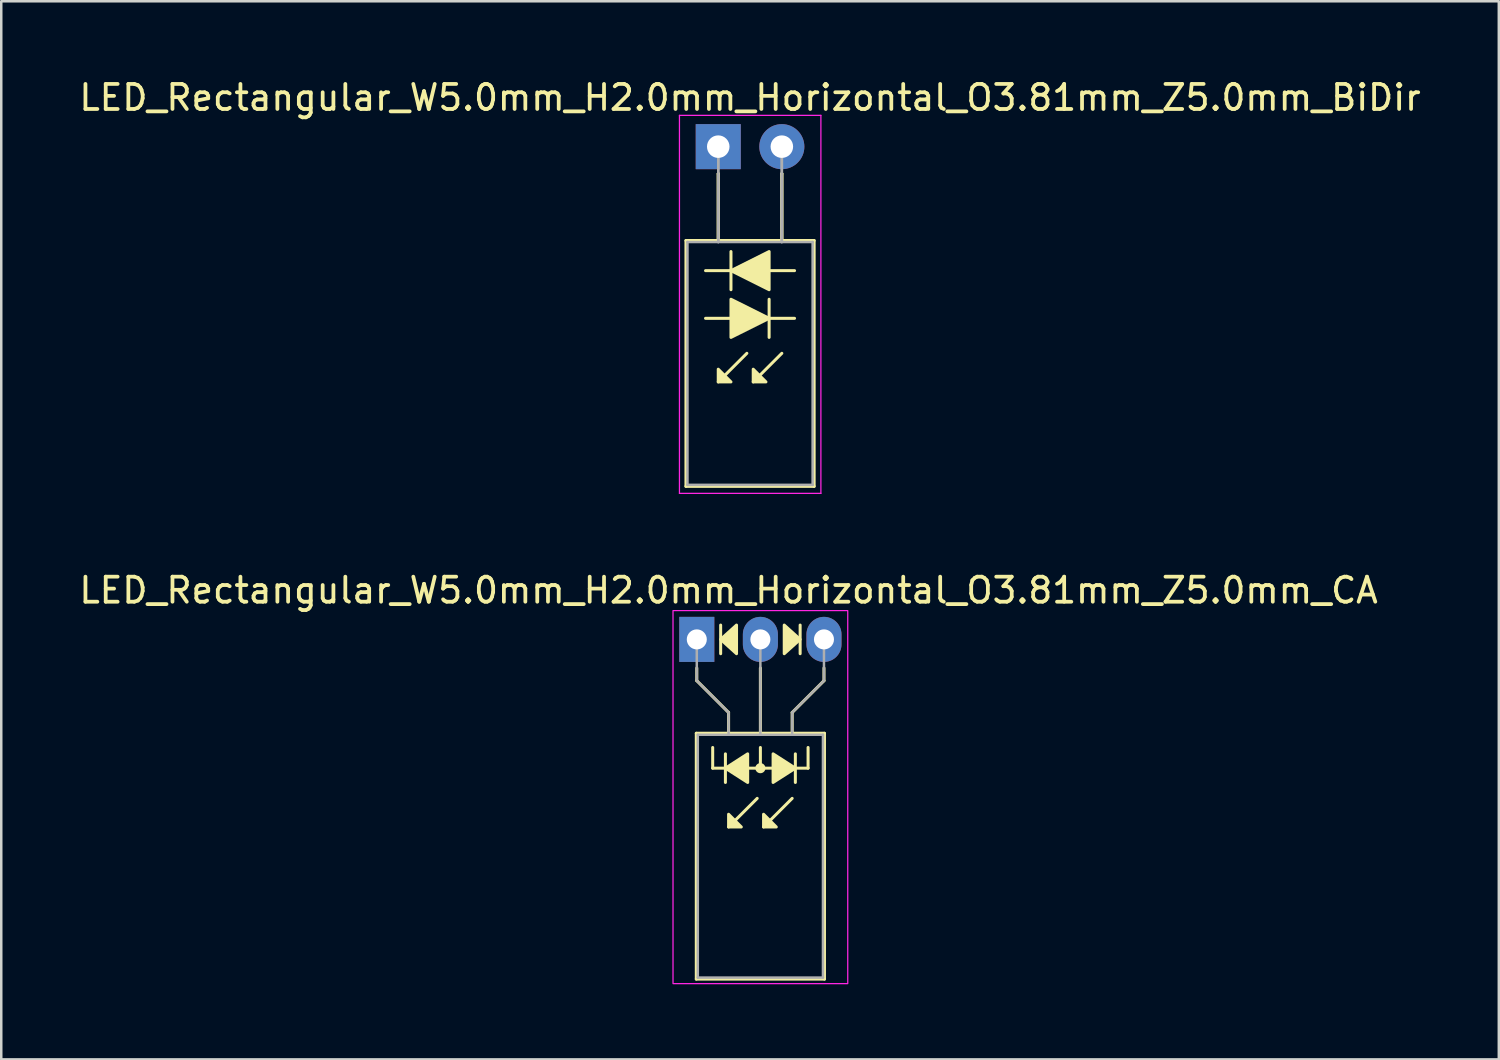
<source format=kicad_pcb>
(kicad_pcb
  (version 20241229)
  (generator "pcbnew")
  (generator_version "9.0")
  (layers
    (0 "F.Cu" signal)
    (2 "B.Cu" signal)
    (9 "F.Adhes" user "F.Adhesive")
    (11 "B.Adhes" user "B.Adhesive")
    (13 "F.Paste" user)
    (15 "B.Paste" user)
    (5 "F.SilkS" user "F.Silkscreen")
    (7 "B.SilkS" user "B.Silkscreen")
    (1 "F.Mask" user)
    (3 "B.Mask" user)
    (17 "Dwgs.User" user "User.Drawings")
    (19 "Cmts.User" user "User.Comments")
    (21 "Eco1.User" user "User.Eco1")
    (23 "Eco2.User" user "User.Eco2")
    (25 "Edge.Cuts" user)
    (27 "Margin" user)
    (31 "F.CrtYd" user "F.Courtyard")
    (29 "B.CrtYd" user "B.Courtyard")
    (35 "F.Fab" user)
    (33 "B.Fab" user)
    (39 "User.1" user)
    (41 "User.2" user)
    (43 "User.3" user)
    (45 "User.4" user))
  (footprint "LED_Rectangular_W5.0mm_H2.0mm_Horizontal_O3.81mm_Z5.0mm_CA"
    (layer "F.Cu")
    (at 24.784 22.491)
    (property "Reference" "LED_Rectangular_W5.0mm_H2.0mm_Horizontal_O3.81mm_Z5.0mm_CA" (at 1.27 -1.96 0) (layer "F.SilkS") (effects (font (size 1 1) (thickness 0.15))))
    (fp_line (start -0.02 3.75) (end -0.02 13.57) (stroke (width 0.12) (type solid)) (layer "F.SilkS"))
    (fp_line (start -0.02 13.57) (end 5.1 13.57) (stroke (width 0.12) (type solid)) (layer "F.SilkS"))
    (fp_line (start 0 1.143) (end 0 1.651) (stroke (width 0.12) (type default)) (layer "F.SilkS"))
    (fp_line (start 0 1.651) (end 1.27 2.921) (stroke (width 0.12) (type default)) (layer "F.SilkS"))
    (fp_line (start 0.635 5.144) (end 0.635 4.318) (stroke (width 0.12) (type default)) (layer "F.SilkS"))
    (fp_line (start 0.635 5.144) (end 4.445 5.144) (stroke (width 0.12) (type default)) (layer "F.SilkS"))
    (fp_line (start 0.953 -0.572) (end 0.953 0.572) (stroke (width 0.12) (type solid)) (layer "F.SilkS"))
    (fp_line (start 1.143 4.572) (end 1.143 5.715) (stroke (width 0.12) (type solid)) (layer "F.SilkS"))
    (fp_line (start 1.27 2.921) (end 1.27 3.75) (stroke (width 0.12) (type default)) (layer "F.SilkS"))
    (fp_line (start 1.27 3.75) (end 1.27 3.75) (stroke (width 0.12) (type solid)) (layer "F.SilkS"))
    (fp_line (start 2.413 6.35) (end 1.27 7.493) (stroke (width 0.12) (type solid)) (layer "F.SilkS"))
    (fp_line (start 2.54 3.75) (end 2.54 1.143) (stroke (width 0.12) (type default)) (layer "F.SilkS"))
    (fp_line (start 2.54 5.144) (end 2.54 4.318) (stroke (width 0.12) (type default)) (layer "F.SilkS"))
    (fp_line (start 3.81 2.921) (end 3.81 3.75) (stroke (width 0.12) (type default)) (layer "F.SilkS"))
    (fp_line (start 3.81 3.75) (end 3.81 3.75) (stroke (width 0.12) (type solid)) (layer "F.SilkS"))
    (fp_line (start 3.81 6.35) (end 2.667 7.493) (stroke (width 0.12) (type solid)) (layer "F.SilkS"))
    (fp_line (start 3.937 5.715) (end 3.937 4.572) (stroke (width 0.12) (type solid)) (layer "F.SilkS"))
    (fp_line (start 4.128 0.572) (end 4.128 -0.572) (stroke (width 0.12) (type solid)) (layer "F.SilkS"))
    (fp_line (start 4.445 5.144) (end 4.445 4.318) (stroke (width 0.12) (type default)) (layer "F.SilkS"))
    (fp_line (start 5.08 1.143) (end 5.08 1.651) (stroke (width 0.12) (type default)) (layer "F.SilkS"))
    (fp_line (start 5.08 1.651) (end 3.81 2.921) (stroke (width 0.12) (type default)) (layer "F.SilkS"))
    (fp_line (start 5.1 3.75) (end -0.02 3.75) (stroke (width 0.12) (type solid)) (layer "F.SilkS"))
    (fp_line (start 5.1 13.57) (end 5.1 3.75) (stroke (width 0.12) (type solid)) (layer "F.SilkS"))
    (fp_circle (center 2.54 5.144) (end 2.682 5.144) (stroke (width 0.12) (type solid)) (fill yes) (layer "F.SilkS"))
    (fp_poly (pts (xy 1.27 6.985) (xy 1.778 7.493) (xy 1.27 7.493)) (stroke (width 0.12) (type solid)) (fill yes) (layer "F.SilkS"))
    (fp_poly (pts (xy 1.587 0.572) (xy 0.953 0) (xy 1.587 -0.572)) (stroke (width 0.12) (type solid)) (fill yes) (layer "F.SilkS"))
    (fp_poly (pts (xy 2.032 5.715) (xy 1.143 5.144) (xy 2.032 4.572)) (stroke (width 0.12) (type solid)) (fill yes) (layer "F.SilkS"))
    (fp_poly (pts (xy 2.667 6.985) (xy 3.175 7.493) (xy 2.667 7.493)) (stroke (width 0.12) (type solid)) (fill yes) (layer "F.SilkS"))
    (fp_poly (pts (xy 3.048 4.572) (xy 3.937 5.144) (xy 3.048 5.715)) (stroke (width 0.12) (type solid)) (fill yes) (layer "F.SilkS"))
    (fp_poly (pts (xy 3.493 -0.572) (xy 4.128 0) (xy 3.493 0.572)) (stroke (width 0.12) (type solid)) (fill yes) (layer "F.SilkS"))
    (fp_rect (start -0.95 -1.15) (end 6.03 13.75) (stroke (width 0.05) (type default)) (fill no) (layer "F.CrtYd"))
    (fp_line (start 0 0) (end 0 0) (stroke (width 0.1) (type solid)) (layer "F.Fab"))
    (fp_line (start 0 1.651) (end 0 0) (stroke (width 0.1) (type default)) (layer "F.Fab"))
    (fp_line (start 0.04 3.81) (end 0.04 13.51) (stroke (width 0.1) (type solid)) (layer "F.Fab"))
    (fp_line (start 0.04 13.51) (end 5.04 13.51) (stroke (width 0.1) (type solid)) (layer "F.Fab"))
    (fp_line (start 1.27 2.921) (end 0 1.651) (stroke (width 0.1) (type default)) (layer "F.Fab"))
    (fp_line (start 1.27 2.921) (end 1.27 3.81) (stroke (width 0.1) (type default)) (layer "F.Fab"))
    (fp_line (start 1.27 3.81) (end 1.27 3.81) (stroke (width 0.1) (type solid)) (layer "F.Fab"))
    (fp_line (start 2.54 0) (end 2.54 0) (stroke (width 0.1) (type solid)) (layer "F.Fab"))
    (fp_line (start 2.54 0) (end 2.54 3.81) (stroke (width 0.1) (type default)) (layer "F.Fab"))
    (fp_line (start 3.81 2.921) (end 3.81 3.81) (stroke (width 0.1) (type default)) (layer "F.Fab"))
    (fp_line (start 3.81 2.921) (end 5.08 1.651) (stroke (width 0.1) (type default)) (layer "F.Fab"))
    (fp_line (start 3.81 3.81) (end 3.81 3.81) (stroke (width 0.1) (type solid)) (layer "F.Fab"))
    (fp_line (start 5.04 3.81) (end 0.04 3.81) (stroke (width 0.1) (type solid)) (layer "F.Fab"))
    (fp_line (start 5.04 13.51) (end 5.04 3.81) (stroke (width 0.1) (type solid)) (layer "F.Fab"))
    (fp_line (start 5.08 1.651) (end 5.08 0) (stroke (width 0.1) (type default)) (layer "F.Fab"))
    (pad "1" thru_hole rect (at 0 0) (size 1.4 1.8) (drill 0.8) (layers "*.Cu" "*.Mask"))
    (pad "2" thru_hole oval (at 2.54 0) (size 1.4 1.8) (drill 0.8) (layers "*.Cu" "*.Mask"))
    (pad "3" thru_hole oval (at 5.08 0) (size 1.4 1.8) (drill 0.8) (layers "*.Cu" "*.Mask")))
  (footprint "LED_Rectangular_W5.0mm_H2.0mm_Horizontal_O3.81mm_Z5.0mm_BiDir"
    (layer "F.Cu")
    (at 25.641 2.808)
    (property "Reference" "LED_Rectangular_W5.0mm_H2.0mm_Horizontal_O3.81mm_Z5.0mm_BiDir" (at 1.27 -1.96 0) (layer "F.SilkS") (effects (font (size 1 1) (thickness 0.15))))
    (fp_line (start -1.29 3.75) (end -1.29 13.57) (stroke (width 0.12) (type solid)) (layer "F.SilkS"))
    (fp_line (start -1.29 13.57) (end 3.83 13.57) (stroke (width 0.12) (type solid)) (layer "F.SilkS"))
    (fp_line (start -0.508 6.858) (end 0.508 6.858) (stroke (width 0.12) (type solid)) (layer "F.SilkS"))
    (fp_line (start 0 1.08) (end 0 1.08) (stroke (width 0.12) (type solid)) (layer "F.SilkS"))
    (fp_line (start 0 1.08) (end 0 3.75) (stroke (width 0.12) (type solid)) (layer "F.SilkS"))
    (fp_line (start 0 3.75) (end 0 1.08) (stroke (width 0.12) (type solid)) (layer "F.SilkS"))
    (fp_line (start 0 3.75) (end 0 3.75) (stroke (width 0.12) (type solid)) (layer "F.SilkS"))
    (fp_line (start 0.508 4.191) (end 0.508 5.715) (stroke (width 0.12) (type solid)) (layer "F.SilkS"))
    (fp_line (start 0.508 4.953) (end -0.508 4.953) (stroke (width 0.12) (type solid)) (layer "F.SilkS"))
    (fp_line (start 1.143 8.255) (end 0 9.398) (stroke (width 0.12) (type solid)) (layer "F.SilkS"))
    (fp_line (start 2.032 6.858) (end 3.048 6.858) (stroke (width 0.12) (type solid)) (layer "F.SilkS"))
    (fp_line (start 2.032 7.62) (end 2.032 6.096) (stroke (width 0.12) (type solid)) (layer "F.SilkS"))
    (fp_line (start 2.54 1.08) (end 2.54 1.08) (stroke (width 0.12) (type solid)) (layer "F.SilkS"))
    (fp_line (start 2.54 1.08) (end 2.54 3.75) (stroke (width 0.12) (type solid)) (layer "F.SilkS"))
    (fp_line (start 2.54 3.75) (end 2.54 1.08) (stroke (width 0.12) (type solid)) (layer "F.SilkS"))
    (fp_line (start 2.54 3.75) (end 2.54 3.75) (stroke (width 0.12) (type solid)) (layer "F.SilkS"))
    (fp_line (start 2.54 8.255) (end 1.397 9.398) (stroke (width 0.12) (type solid)) (layer "F.SilkS"))
    (fp_line (start 3.048 4.953) (end 2.032 4.953) (stroke (width 0.12) (type solid)) (layer "F.SilkS"))
    (fp_line (start 3.83 3.75) (end -1.29 3.75) (stroke (width 0.12) (type solid)) (layer "F.SilkS"))
    (fp_line (start 3.83 13.57) (end 3.83 3.75) (stroke (width 0.12) (type solid)) (layer "F.SilkS"))
    (fp_poly (pts (xy 0 8.89) (xy 0.508 9.398) (xy 0 9.398)) (stroke (width 0.12) (type solid)) (fill yes) (layer "F.SilkS"))
    (fp_poly (pts (xy 0.508 6.096) (xy 2.032 6.858) (xy 0.508 7.62)) (stroke (width 0.12) (type solid)) (fill yes) (layer "F.SilkS"))
    (fp_poly (pts (xy 1.397 8.89) (xy 1.905 9.398) (xy 1.397 9.398)) (stroke (width 0.12) (type solid)) (fill yes) (layer "F.SilkS"))
    (fp_poly (pts (xy 2.032 5.715) (xy 0.508 4.953) (xy 2.032 4.191)) (stroke (width 0.12) (type solid)) (fill yes) (layer "F.SilkS"))
    (fp_line (start -1.55 -1.25) (end -1.55 13.85) (stroke (width 0.05) (type solid)) (layer "F.CrtYd"))
    (fp_line (start -1.55 13.85) (end 4.1 13.85) (stroke (width 0.05) (type solid)) (layer "F.CrtYd"))
    (fp_line (start 4.1 -1.25) (end -1.55 -1.25) (stroke (width 0.05) (type solid)) (layer "F.CrtYd"))
    (fp_line (start 4.1 13.85) (end 4.1 -1.25) (stroke (width 0.05) (type solid)) (layer "F.CrtYd"))
    (fp_line (start -1.23 3.81) (end -1.23 13.51) (stroke (width 0.1) (type solid)) (layer "F.Fab"))
    (fp_line (start -1.23 13.51) (end 3.77 13.51) (stroke (width 0.1) (type solid)) (layer "F.Fab"))
    (fp_line (start 0 0) (end 0 0) (stroke (width 0.1) (type solid)) (layer "F.Fab"))
    (fp_line (start 0 0) (end 0 3.81) (stroke (width 0.1) (type solid)) (layer "F.Fab"))
    (fp_line (start 0 3.81) (end 0 0) (stroke (width 0.1) (type solid)) (layer "F.Fab"))
    (fp_line (start 0 3.81) (end 0 3.81) (stroke (width 0.1) (type solid)) (layer "F.Fab"))
    (fp_line (start 2.54 0) (end 2.54 0) (stroke (width 0.1) (type solid)) (layer "F.Fab"))
    (fp_line (start 2.54 0) (end 2.54 3.81) (stroke (width 0.1) (type solid)) (layer "F.Fab"))
    (fp_line (start 2.54 3.81) (end 2.54 0) (stroke (width 0.1) (type solid)) (layer "F.Fab"))
    (fp_line (start 2.54 3.81) (end 2.54 3.81) (stroke (width 0.1) (type solid)) (layer "F.Fab"))
    (fp_line (start 3.77 3.81) (end -1.23 3.81) (stroke (width 0.1) (type solid)) (layer "F.Fab"))
    (fp_line (start 3.77 13.51) (end 3.77 3.81) (stroke (width 0.1) (type solid)) (layer "F.Fab"))
    (pad "1" thru_hole rect (at 0 0) (size 1.8 1.8) (drill 0.9) (layers "*.Cu" "*.Mask"))
    (pad "2" thru_hole circle (at 2.54 0) (size 1.8 1.8) (drill 0.9) (layers "*.Cu" "*.Mask")))
  (gr_rect
    (start -3 -3)
    (end 56.821 39.267)
    (stroke (width 0.1) (type default))
    (fill no)
    (layer "Edge.Cuts")))
</source>
